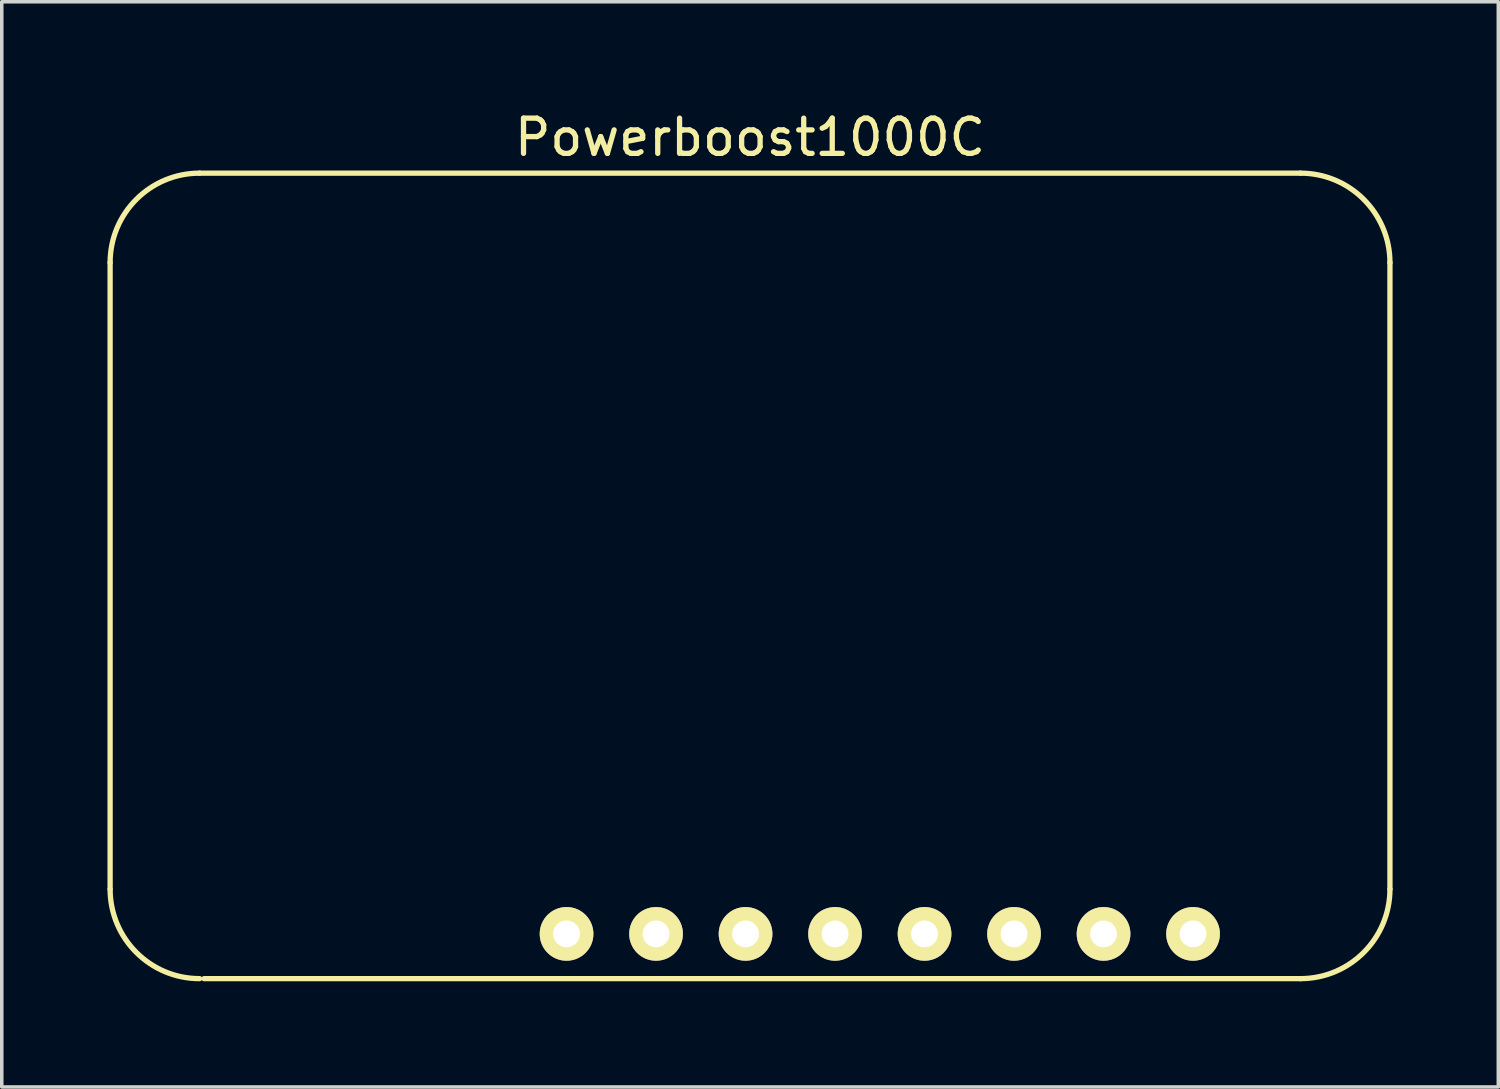
<source format=kicad_pcb>
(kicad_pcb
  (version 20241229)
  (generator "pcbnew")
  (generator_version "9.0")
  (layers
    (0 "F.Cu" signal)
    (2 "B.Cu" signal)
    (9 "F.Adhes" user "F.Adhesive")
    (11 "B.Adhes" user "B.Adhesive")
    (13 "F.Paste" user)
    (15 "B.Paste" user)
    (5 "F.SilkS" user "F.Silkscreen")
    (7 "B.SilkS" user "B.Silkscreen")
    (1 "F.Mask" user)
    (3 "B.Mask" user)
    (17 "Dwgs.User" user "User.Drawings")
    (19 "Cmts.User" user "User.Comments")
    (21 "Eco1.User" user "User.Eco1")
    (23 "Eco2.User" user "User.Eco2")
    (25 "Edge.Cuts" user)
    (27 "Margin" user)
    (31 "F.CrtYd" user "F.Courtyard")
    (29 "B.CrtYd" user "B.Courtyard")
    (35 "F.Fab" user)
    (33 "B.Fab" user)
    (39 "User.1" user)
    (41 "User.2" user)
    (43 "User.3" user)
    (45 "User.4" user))
  (footprint "Powerboost1000C"
    (layer "F.Cu")
    (at 18.236 13.294)
    (property "Reference" "Powerboost1000C" (at 0 -12.446 0) (layer "F.SilkS") (effects (font (size 1 1) (thickness 0.15))))
    (attr through_hole)
    (fp_line (start -18.161 -8.89) (end -18.161 8.89) (stroke (width 0.15) (type solid)) (layer "F.SilkS"))
    (fp_line (start 15.621 -11.43) (end -15.621 -11.43) (stroke (width 0.15) (type solid)) (layer "F.SilkS"))
    (fp_line (start 15.621 11.43) (end -15.494 11.43) (stroke (width 0.15) (type solid)) (layer "F.SilkS"))
    (fp_line (start 18.161 -8.89) (end 18.161 8.89) (stroke (width 0.15) (type solid)) (layer "F.SilkS"))
    (fp_arc (start -18.161 -8.89) (mid -17.417051 -10.686051) (end -15.621 -11.43) (stroke (width 0.15) (type solid)) (layer "F.SilkS"))
    (fp_arc (start -15.621 11.43) (mid -17.417051 10.686051) (end -18.161 8.89) (stroke (width 0.15) (type solid)) (layer "F.SilkS"))
    (fp_arc (start 15.621 -11.43) (mid 17.417051 -10.686051) (end 18.161 -8.89) (stroke (width 0.15) (type solid)) (layer "F.SilkS"))
    (fp_arc (start 18.161 8.89) (mid 17.417051 10.686051) (end 15.621 11.43) (stroke (width 0.15) (type solid)) (layer "F.SilkS"))
    (pad "1" thru_hole circle (at -5.207 10.16) (size 1.524 1.524) (drill 0.762) (layers "*.Cu" "*.Mask" "F.SilkS"))
    (pad "2" thru_hole circle (at -2.667 10.16) (size 1.524 1.524) (drill 0.762) (layers "*.Cu" "*.Mask" "F.SilkS"))
    (pad "3" thru_hole circle (at -0.127 10.16) (size 1.524 1.524) (drill 0.762) (layers "*.Cu" "*.Mask" "F.SilkS"))
    (pad "4" thru_hole circle (at 2.413 10.16) (size 1.524 1.524) (drill 0.762) (layers "*.Cu" "*.Mask" "F.SilkS"))
    (pad "5" thru_hole circle (at 4.953 10.16) (size 1.524 1.524) (drill 0.762) (layers "*.Cu" "*.Mask" "F.SilkS"))
    (pad "6" thru_hole circle (at 7.493 10.16) (size 1.524 1.524) (drill 0.762) (layers "*.Cu" "*.Mask" "F.SilkS"))
    (pad "7" thru_hole circle (at 10.033 10.16) (size 1.524 1.524) (drill 0.762) (layers "*.Cu" "*.Mask" "F.SilkS"))
    (pad "8" thru_hole circle (at 12.573 10.16) (size 1.524 1.524) (drill 0.762) (layers "*.Cu" "*.Mask" "F.SilkS")))
  (gr_rect
    (start -3 -3)
    (end 39.472 27.799)
    (stroke (width 0.1) (type default))
    (fill no)
    (layer "Edge.Cuts")))
</source>
